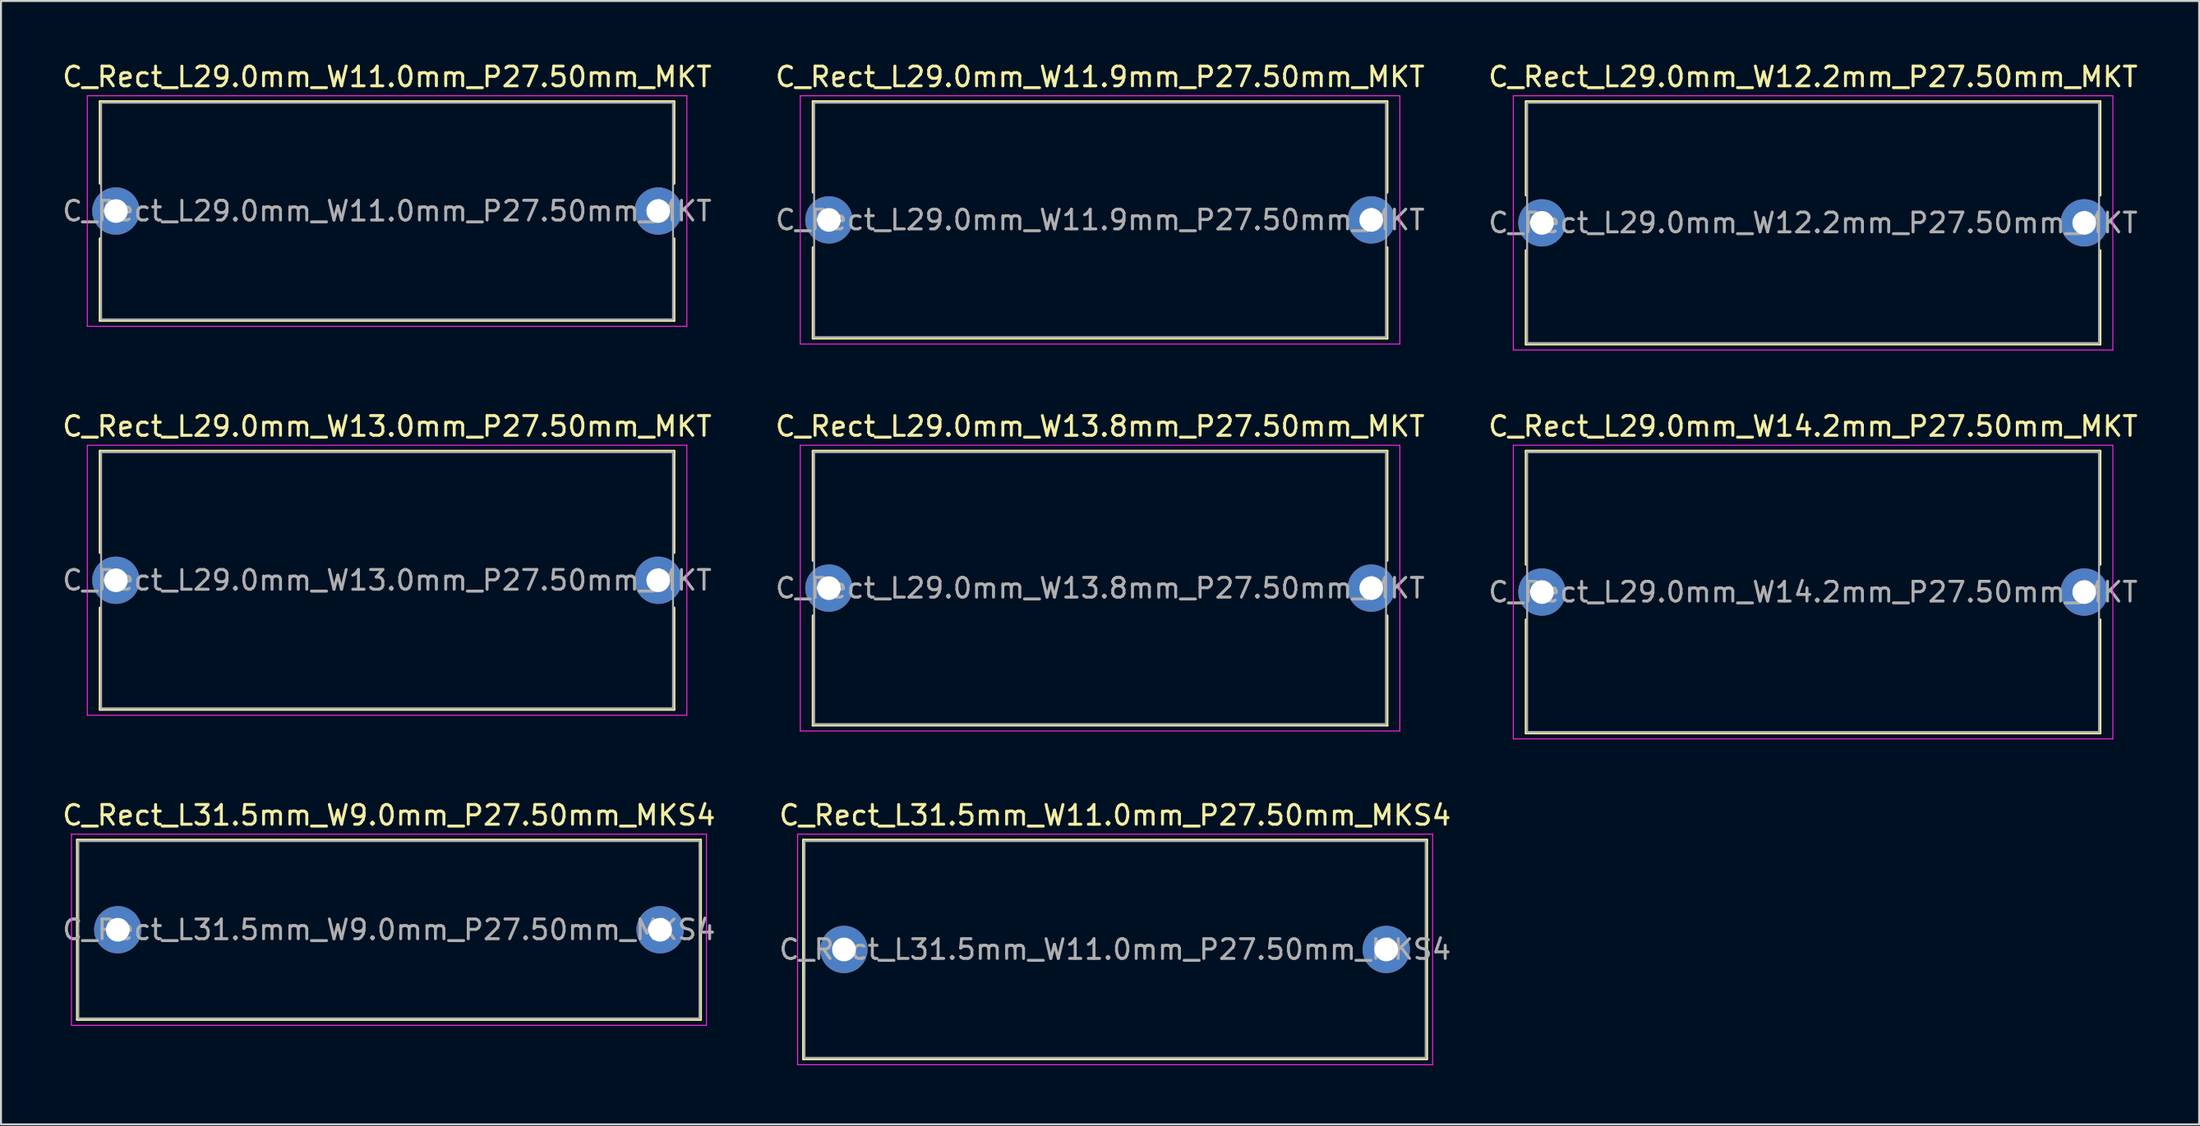
<source format=kicad_pcb>
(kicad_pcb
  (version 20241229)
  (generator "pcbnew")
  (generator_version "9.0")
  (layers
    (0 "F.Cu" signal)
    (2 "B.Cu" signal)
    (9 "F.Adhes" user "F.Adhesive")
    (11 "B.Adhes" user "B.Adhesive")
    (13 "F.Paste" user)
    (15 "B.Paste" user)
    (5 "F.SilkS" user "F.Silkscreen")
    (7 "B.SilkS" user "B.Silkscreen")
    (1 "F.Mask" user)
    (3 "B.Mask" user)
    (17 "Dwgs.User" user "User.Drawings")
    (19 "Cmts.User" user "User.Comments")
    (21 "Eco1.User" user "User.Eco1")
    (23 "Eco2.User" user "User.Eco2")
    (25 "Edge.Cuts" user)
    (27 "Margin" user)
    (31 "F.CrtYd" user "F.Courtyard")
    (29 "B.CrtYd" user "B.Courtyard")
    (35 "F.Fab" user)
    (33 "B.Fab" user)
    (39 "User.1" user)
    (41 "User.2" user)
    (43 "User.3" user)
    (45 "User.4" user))
  (footprint "C_Rect_L29.0mm_W13.0mm_P27.50mm_MKT"
    (layer "F.Cu")
    (at 2.827 26.392)
    (property "Reference" "C_Rect_L29.0mm_W13.0mm_P27.50mm_MKT" (at 13.75 -7.81 0) (layer "F.SilkS") (effects (font (size 1 1) (thickness 0.15))))
    (attr through_hole)
    (fp_line (start -0.81 -6.56) (end -0.81 -1.395) (stroke (width 0.12) (type solid)) (layer "F.SilkS"))
    (fp_line (start -0.81 -6.56) (end 28.31 -6.56) (stroke (width 0.12) (type solid)) (layer "F.SilkS"))
    (fp_line (start -0.81 1.395) (end -0.81 6.56) (stroke (width 0.12) (type solid)) (layer "F.SilkS"))
    (fp_line (start -0.81 6.56) (end 28.31 6.56) (stroke (width 0.12) (type solid)) (layer "F.SilkS"))
    (fp_line (start 28.31 -6.56) (end 28.31 -1.395) (stroke (width 0.12) (type solid)) (layer "F.SilkS"))
    (fp_line (start 28.31 1.395) (end 28.31 6.56) (stroke (width 0.12) (type solid)) (layer "F.SilkS"))
    (fp_line (start -1.45 -6.85) (end -1.45 6.85) (stroke (width 0.05) (type solid)) (layer "F.CrtYd"))
    (fp_line (start -1.45 6.85) (end 28.95 6.85) (stroke (width 0.05) (type solid)) (layer "F.CrtYd"))
    (fp_line (start 28.95 -6.85) (end -1.45 -6.85) (stroke (width 0.05) (type solid)) (layer "F.CrtYd"))
    (fp_line (start 28.95 6.85) (end 28.95 -6.85) (stroke (width 0.05) (type solid)) (layer "F.CrtYd"))
    (fp_line (start -0.75 -6.5) (end -0.75 6.5) (stroke (width 0.1) (type solid)) (layer "F.Fab"))
    (fp_line (start -0.75 6.5) (end 28.25 6.5) (stroke (width 0.1) (type solid)) (layer "F.Fab"))
    (fp_line (start 28.25 -6.5) (end -0.75 -6.5) (stroke (width 0.1) (type solid)) (layer "F.Fab"))
    (fp_line (start 28.25 6.5) (end 28.25 -6.5) (stroke (width 0.1) (type solid)) (layer "F.Fab"))
    (fp_text user "${REFERENCE}" (at 13.75 0 0) (layer "F.Fab") (effects (font (size 1 1) (thickness 0.15))))
    (pad "1" thru_hole circle (at 0 0) (size 2.4 2.4) (drill 1.2) (layers "*.Cu" "*.Mask"))
    (pad "2" thru_hole circle (at 27.5 0) (size 2.4 2.4) (drill 1.2) (layers "*.Cu" "*.Mask")))
  (footprint "C_Rect_L29.0mm_W14.2mm_P27.50mm_MKT"
    (layer "F.Cu")
    (at 75.137 26.991)
    (property "Reference" "C_Rect_L29.0mm_W14.2mm_P27.50mm_MKT" (at 13.75 -8.41 0) (layer "F.SilkS") (effects (font (size 1 1) (thickness 0.15))))
    (attr through_hole)
    (fp_line (start -0.81 -7.16) (end -0.81 -1.395) (stroke (width 0.12) (type solid)) (layer "F.SilkS"))
    (fp_line (start -0.81 -7.16) (end 28.31 -7.16) (stroke (width 0.12) (type solid)) (layer "F.SilkS"))
    (fp_line (start -0.81 1.395) (end -0.81 7.16) (stroke (width 0.12) (type solid)) (layer "F.SilkS"))
    (fp_line (start -0.81 7.16) (end 28.31 7.16) (stroke (width 0.12) (type solid)) (layer "F.SilkS"))
    (fp_line (start 28.31 -7.16) (end 28.31 -1.395) (stroke (width 0.12) (type solid)) (layer "F.SilkS"))
    (fp_line (start 28.31 1.395) (end 28.31 7.16) (stroke (width 0.12) (type solid)) (layer "F.SilkS"))
    (fp_line (start -1.45 -7.45) (end -1.45 7.45) (stroke (width 0.05) (type solid)) (layer "F.CrtYd"))
    (fp_line (start -1.45 7.45) (end 28.95 7.45) (stroke (width 0.05) (type solid)) (layer "F.CrtYd"))
    (fp_line (start 28.95 -7.45) (end -1.45 -7.45) (stroke (width 0.05) (type solid)) (layer "F.CrtYd"))
    (fp_line (start 28.95 7.45) (end 28.95 -7.45) (stroke (width 0.05) (type solid)) (layer "F.CrtYd"))
    (fp_line (start -0.75 -7.1) (end -0.75 7.1) (stroke (width 0.1) (type solid)) (layer "F.Fab"))
    (fp_line (start -0.75 7.1) (end 28.25 7.1) (stroke (width 0.1) (type solid)) (layer "F.Fab"))
    (fp_line (start 28.25 -7.1) (end -0.75 -7.1) (stroke (width 0.1) (type solid)) (layer "F.Fab"))
    (fp_line (start 28.25 7.1) (end 28.25 -7.1) (stroke (width 0.1) (type solid)) (layer "F.Fab"))
    (fp_text user "${REFERENCE}" (at 13.75 0 0) (layer "F.Fab") (effects (font (size 1 1) (thickness 0.15))))
    (pad "1" thru_hole circle (at 0 0) (size 2.4 2.4) (drill 1.2) (layers "*.Cu" "*.Mask"))
    (pad "2" thru_hole circle (at 27.5 0) (size 2.4 2.4) (drill 1.2) (layers "*.Cu" "*.Mask")))
  (footprint "C_Rect_L31.5mm_W11.0mm_P27.50mm_MKS4"
    (layer "F.Cu")
    (at 39.744 45.125)
    (property "Reference" "C_Rect_L31.5mm_W11.0mm_P27.50mm_MKS4" (at 13.75 -6.81 0) (layer "F.SilkS") (effects (font (size 1 1) (thickness 0.15))))
    (attr through_hole)
    (fp_line (start -2.06 -5.56) (end -2.06 5.56) (stroke (width 0.12) (type solid)) (layer "F.SilkS"))
    (fp_line (start -2.06 -5.56) (end 29.56 -5.56) (stroke (width 0.12) (type solid)) (layer "F.SilkS"))
    (fp_line (start -2.06 5.56) (end 29.56 5.56) (stroke (width 0.12) (type solid)) (layer "F.SilkS"))
    (fp_line (start 29.56 -5.56) (end 29.56 5.56) (stroke (width 0.12) (type solid)) (layer "F.SilkS"))
    (fp_line (start -2.35 -5.85) (end -2.35 5.85) (stroke (width 0.05) (type solid)) (layer "F.CrtYd"))
    (fp_line (start -2.35 5.85) (end 29.85 5.85) (stroke (width 0.05) (type solid)) (layer "F.CrtYd"))
    (fp_line (start 29.85 -5.85) (end -2.35 -5.85) (stroke (width 0.05) (type solid)) (layer "F.CrtYd"))
    (fp_line (start 29.85 5.85) (end 29.85 -5.85) (stroke (width 0.05) (type solid)) (layer "F.CrtYd"))
    (fp_line (start -2 -5.5) (end -2 5.5) (stroke (width 0.1) (type solid)) (layer "F.Fab"))
    (fp_line (start -2 5.5) (end 29.5 5.5) (stroke (width 0.1) (type solid)) (layer "F.Fab"))
    (fp_line (start 29.5 -5.5) (end -2 -5.5) (stroke (width 0.1) (type solid)) (layer "F.Fab"))
    (fp_line (start 29.5 5.5) (end 29.5 -5.5) (stroke (width 0.1) (type solid)) (layer "F.Fab"))
    (fp_text user "${REFERENCE}" (at 13.75 0 0) (layer "F.Fab") (effects (font (size 1 1) (thickness 0.15))))
    (pad "1" thru_hole circle (at 0 0) (size 2.4 2.4) (drill 1.2) (layers "*.Cu" "*.Mask"))
    (pad "2" thru_hole circle (at 27.5 0) (size 2.4 2.4) (drill 1.2) (layers "*.Cu" "*.Mask")))
  (footprint "C_Rect_L29.0mm_W11.0mm_P27.50mm_MKT"
    (layer "F.Cu")
    (at 2.827 7.658)
    (property "Reference" "C_Rect_L29.0mm_W11.0mm_P27.50mm_MKT" (at 13.75 -6.81 0) (layer "F.SilkS") (effects (font (size 1 1) (thickness 0.15))))
    (attr through_hole)
    (fp_line (start -0.81 -5.56) (end -0.81 -1.395) (stroke (width 0.12) (type solid)) (layer "F.SilkS"))
    (fp_line (start -0.81 -5.56) (end 28.31 -5.56) (stroke (width 0.12) (type solid)) (layer "F.SilkS"))
    (fp_line (start -0.81 1.395) (end -0.81 5.56) (stroke (width 0.12) (type solid)) (layer "F.SilkS"))
    (fp_line (start -0.81 5.56) (end 28.31 5.56) (stroke (width 0.12) (type solid)) (layer "F.SilkS"))
    (fp_line (start 28.31 -5.56) (end 28.31 -1.395) (stroke (width 0.12) (type solid)) (layer "F.SilkS"))
    (fp_line (start 28.31 1.395) (end 28.31 5.56) (stroke (width 0.12) (type solid)) (layer "F.SilkS"))
    (fp_line (start -1.45 -5.85) (end -1.45 5.85) (stroke (width 0.05) (type solid)) (layer "F.CrtYd"))
    (fp_line (start -1.45 5.85) (end 28.95 5.85) (stroke (width 0.05) (type solid)) (layer "F.CrtYd"))
    (fp_line (start 28.95 -5.85) (end -1.45 -5.85) (stroke (width 0.05) (type solid)) (layer "F.CrtYd"))
    (fp_line (start 28.95 5.85) (end 28.95 -5.85) (stroke (width 0.05) (type solid)) (layer "F.CrtYd"))
    (fp_line (start -0.75 -5.5) (end -0.75 5.5) (stroke (width 0.1) (type solid)) (layer "F.Fab"))
    (fp_line (start -0.75 5.5) (end 28.25 5.5) (stroke (width 0.1) (type solid)) (layer "F.Fab"))
    (fp_line (start 28.25 -5.5) (end -0.75 -5.5) (stroke (width 0.1) (type solid)) (layer "F.Fab"))
    (fp_line (start 28.25 5.5) (end 28.25 -5.5) (stroke (width 0.1) (type solid)) (layer "F.Fab"))
    (fp_text user "${REFERENCE}" (at 13.75 0 0) (layer "F.Fab") (effects (font (size 1 1) (thickness 0.15))))
    (pad "1" thru_hole circle (at 0 0) (size 2.4 2.4) (drill 1.2) (layers "*.Cu" "*.Mask"))
    (pad "2" thru_hole circle (at 27.5 0) (size 2.4 2.4) (drill 1.2) (layers "*.Cu" "*.Mask")))
  (footprint "C_Rect_L29.0mm_W12.2mm_P27.50mm_MKT"
    (layer "F.Cu")
    (at 75.137 8.258)
    (property "Reference" "C_Rect_L29.0mm_W12.2mm_P27.50mm_MKT" (at 13.75 -7.41 0) (layer "F.SilkS") (effects (font (size 1 1) (thickness 0.15))))
    (attr through_hole)
    (fp_line (start -0.81 -6.16) (end -0.81 -1.395) (stroke (width 0.12) (type solid)) (layer "F.SilkS"))
    (fp_line (start -0.81 -6.16) (end 28.31 -6.16) (stroke (width 0.12) (type solid)) (layer "F.SilkS"))
    (fp_line (start -0.81 1.395) (end -0.81 6.16) (stroke (width 0.12) (type solid)) (layer "F.SilkS"))
    (fp_line (start -0.81 6.16) (end 28.31 6.16) (stroke (width 0.12) (type solid)) (layer "F.SilkS"))
    (fp_line (start 28.31 -6.16) (end 28.31 -1.395) (stroke (width 0.12) (type solid)) (layer "F.SilkS"))
    (fp_line (start 28.31 1.395) (end 28.31 6.16) (stroke (width 0.12) (type solid)) (layer "F.SilkS"))
    (fp_line (start -1.45 -6.45) (end -1.45 6.45) (stroke (width 0.05) (type solid)) (layer "F.CrtYd"))
    (fp_line (start -1.45 6.45) (end 28.95 6.45) (stroke (width 0.05) (type solid)) (layer "F.CrtYd"))
    (fp_line (start 28.95 -6.45) (end -1.45 -6.45) (stroke (width 0.05) (type solid)) (layer "F.CrtYd"))
    (fp_line (start 28.95 6.45) (end 28.95 -6.45) (stroke (width 0.05) (type solid)) (layer "F.CrtYd"))
    (fp_line (start -0.75 -6.1) (end -0.75 6.1) (stroke (width 0.1) (type solid)) (layer "F.Fab"))
    (fp_line (start -0.75 6.1) (end 28.25 6.1) (stroke (width 0.1) (type solid)) (layer "F.Fab"))
    (fp_line (start 28.25 -6.1) (end -0.75 -6.1) (stroke (width 0.1) (type solid)) (layer "F.Fab"))
    (fp_line (start 28.25 6.1) (end 28.25 -6.1) (stroke (width 0.1) (type solid)) (layer "F.Fab"))
    (fp_text user "${REFERENCE}" (at 13.75 0 0) (layer "F.Fab") (effects (font (size 1 1) (thickness 0.15))))
    (pad "1" thru_hole circle (at 0 0) (size 2.4 2.4) (drill 1.2) (layers "*.Cu" "*.Mask"))
    (pad "2" thru_hole circle (at 27.5 0) (size 2.4 2.4) (drill 1.2) (layers "*.Cu" "*.Mask")))
  (footprint "C_Rect_L29.0mm_W11.9mm_P27.50mm_MKT"
    (layer "F.Cu")
    (at 38.982 8.108)
    (property "Reference" "C_Rect_L29.0mm_W11.9mm_P27.50mm_MKT" (at 13.75 -7.26 0) (layer "F.SilkS") (effects (font (size 1 1) (thickness 0.15))))
    (attr through_hole)
    (fp_line (start -0.81 -6.01) (end -0.81 -1.395) (stroke (width 0.12) (type solid)) (layer "F.SilkS"))
    (fp_line (start -0.81 -6.01) (end 28.31 -6.01) (stroke (width 0.12) (type solid)) (layer "F.SilkS"))
    (fp_line (start -0.81 1.395) (end -0.81 6.01) (stroke (width 0.12) (type solid)) (layer "F.SilkS"))
    (fp_line (start -0.81 6.01) (end 28.31 6.01) (stroke (width 0.12) (type solid)) (layer "F.SilkS"))
    (fp_line (start 28.31 -6.01) (end 28.31 -1.395) (stroke (width 0.12) (type solid)) (layer "F.SilkS"))
    (fp_line (start 28.31 1.395) (end 28.31 6.01) (stroke (width 0.12) (type solid)) (layer "F.SilkS"))
    (fp_line (start -1.45 -6.3) (end -1.45 6.3) (stroke (width 0.05) (type solid)) (layer "F.CrtYd"))
    (fp_line (start -1.45 6.3) (end 28.95 6.3) (stroke (width 0.05) (type solid)) (layer "F.CrtYd"))
    (fp_line (start 28.95 -6.3) (end -1.45 -6.3) (stroke (width 0.05) (type solid)) (layer "F.CrtYd"))
    (fp_line (start 28.95 6.3) (end 28.95 -6.3) (stroke (width 0.05) (type solid)) (layer "F.CrtYd"))
    (fp_line (start -0.75 -5.95) (end -0.75 5.95) (stroke (width 0.1) (type solid)) (layer "F.Fab"))
    (fp_line (start -0.75 5.95) (end 28.25 5.95) (stroke (width 0.1) (type solid)) (layer "F.Fab"))
    (fp_line (start 28.25 -5.95) (end -0.75 -5.95) (stroke (width 0.1) (type solid)) (layer "F.Fab"))
    (fp_line (start 28.25 5.95) (end 28.25 -5.95) (stroke (width 0.1) (type solid)) (layer "F.Fab"))
    (fp_text user "${REFERENCE}" (at 13.75 0 0) (layer "F.Fab") (effects (font (size 1 1) (thickness 0.15))))
    (pad "1" thru_hole circle (at 0 0) (size 2.4 2.4) (drill 1.2) (layers "*.Cu" "*.Mask"))
    (pad "2" thru_hole circle (at 27.5 0) (size 2.4 2.4) (drill 1.2) (layers "*.Cu" "*.Mask")))
  (footprint "C_Rect_L31.5mm_W9.0mm_P27.50mm_MKS4"
    (layer "F.Cu")
    (at 2.923 44.125)
    (property "Reference" "C_Rect_L31.5mm_W9.0mm_P27.50mm_MKS4" (at 13.75 -5.81 0) (layer "F.SilkS") (effects (font (size 1 1) (thickness 0.15))))
    (attr through_hole)
    (fp_line (start -2.06 -4.56) (end -2.06 4.56) (stroke (width 0.12) (type solid)) (layer "F.SilkS"))
    (fp_line (start -2.06 -4.56) (end 29.56 -4.56) (stroke (width 0.12) (type solid)) (layer "F.SilkS"))
    (fp_line (start -2.06 4.56) (end 29.56 4.56) (stroke (width 0.12) (type solid)) (layer "F.SilkS"))
    (fp_line (start 29.56 -4.56) (end 29.56 4.56) (stroke (width 0.12) (type solid)) (layer "F.SilkS"))
    (fp_line (start -2.35 -4.85) (end -2.35 4.85) (stroke (width 0.05) (type solid)) (layer "F.CrtYd"))
    (fp_line (start -2.35 4.85) (end 29.85 4.85) (stroke (width 0.05) (type solid)) (layer "F.CrtYd"))
    (fp_line (start 29.85 -4.85) (end -2.35 -4.85) (stroke (width 0.05) (type solid)) (layer "F.CrtYd"))
    (fp_line (start 29.85 4.85) (end 29.85 -4.85) (stroke (width 0.05) (type solid)) (layer "F.CrtYd"))
    (fp_line (start -2 -4.5) (end -2 4.5) (stroke (width 0.1) (type solid)) (layer "F.Fab"))
    (fp_line (start -2 4.5) (end 29.5 4.5) (stroke (width 0.1) (type solid)) (layer "F.Fab"))
    (fp_line (start 29.5 -4.5) (end -2 -4.5) (stroke (width 0.1) (type solid)) (layer "F.Fab"))
    (fp_line (start 29.5 4.5) (end 29.5 -4.5) (stroke (width 0.1) (type solid)) (layer "F.Fab"))
    (fp_text user "${REFERENCE}" (at 13.75 0 0) (layer "F.Fab") (effects (font (size 1 1) (thickness 0.15))))
    (pad "1" thru_hole circle (at 0 0) (size 2.4 2.4) (drill 1.2) (layers "*.Cu" "*.Mask"))
    (pad "2" thru_hole circle (at 27.5 0) (size 2.4 2.4) (drill 1.2) (layers "*.Cu" "*.Mask")))
  (footprint "C_Rect_L29.0mm_W13.8mm_P27.50mm_MKT"
    (layer "F.Cu")
    (at 38.982 26.791)
    (property "Reference" "C_Rect_L29.0mm_W13.8mm_P27.50mm_MKT" (at 13.75 -8.21 0) (layer "F.SilkS") (effects (font (size 1 1) (thickness 0.15))))
    (attr through_hole)
    (fp_line (start -0.81 -6.96) (end -0.81 -1.395) (stroke (width 0.12) (type solid)) (layer "F.SilkS"))
    (fp_line (start -0.81 -6.96) (end 28.31 -6.96) (stroke (width 0.12) (type solid)) (layer "F.SilkS"))
    (fp_line (start -0.81 1.395) (end -0.81 6.96) (stroke (width 0.12) (type solid)) (layer "F.SilkS"))
    (fp_line (start -0.81 6.96) (end 28.31 6.96) (stroke (width 0.12) (type solid)) (layer "F.SilkS"))
    (fp_line (start 28.31 -6.96) (end 28.31 -1.395) (stroke (width 0.12) (type solid)) (layer "F.SilkS"))
    (fp_line (start 28.31 1.395) (end 28.31 6.96) (stroke (width 0.12) (type solid)) (layer "F.SilkS"))
    (fp_line (start -1.45 -7.25) (end -1.45 7.25) (stroke (width 0.05) (type solid)) (layer "F.CrtYd"))
    (fp_line (start -1.45 7.25) (end 28.95 7.25) (stroke (width 0.05) (type solid)) (layer "F.CrtYd"))
    (fp_line (start 28.95 -7.25) (end -1.45 -7.25) (stroke (width 0.05) (type solid)) (layer "F.CrtYd"))
    (fp_line (start 28.95 7.25) (end 28.95 -7.25) (stroke (width 0.05) (type solid)) (layer "F.CrtYd"))
    (fp_line (start -0.75 -6.9) (end -0.75 6.9) (stroke (width 0.1) (type solid)) (layer "F.Fab"))
    (fp_line (start -0.75 6.9) (end 28.25 6.9) (stroke (width 0.1) (type solid)) (layer "F.Fab"))
    (fp_line (start 28.25 -6.9) (end -0.75 -6.9) (stroke (width 0.1) (type solid)) (layer "F.Fab"))
    (fp_line (start 28.25 6.9) (end 28.25 -6.9) (stroke (width 0.1) (type solid)) (layer "F.Fab"))
    (fp_text user "${REFERENCE}" (at 13.75 0 0) (layer "F.Fab") (effects (font (size 1 1) (thickness 0.15))))
    (pad "1" thru_hole circle (at 0 0) (size 2.4 2.4) (drill 1.2) (layers "*.Cu" "*.Mask"))
    (pad "2" thru_hole circle (at 27.5 0) (size 2.4 2.4) (drill 1.2) (layers "*.Cu" "*.Mask")))
  (gr_rect
    (start -3 -3)
    (end 108.464 54)
    (stroke (width 0.1) (type default))
    (fill no)
    (layer "Edge.Cuts")))
</source>
